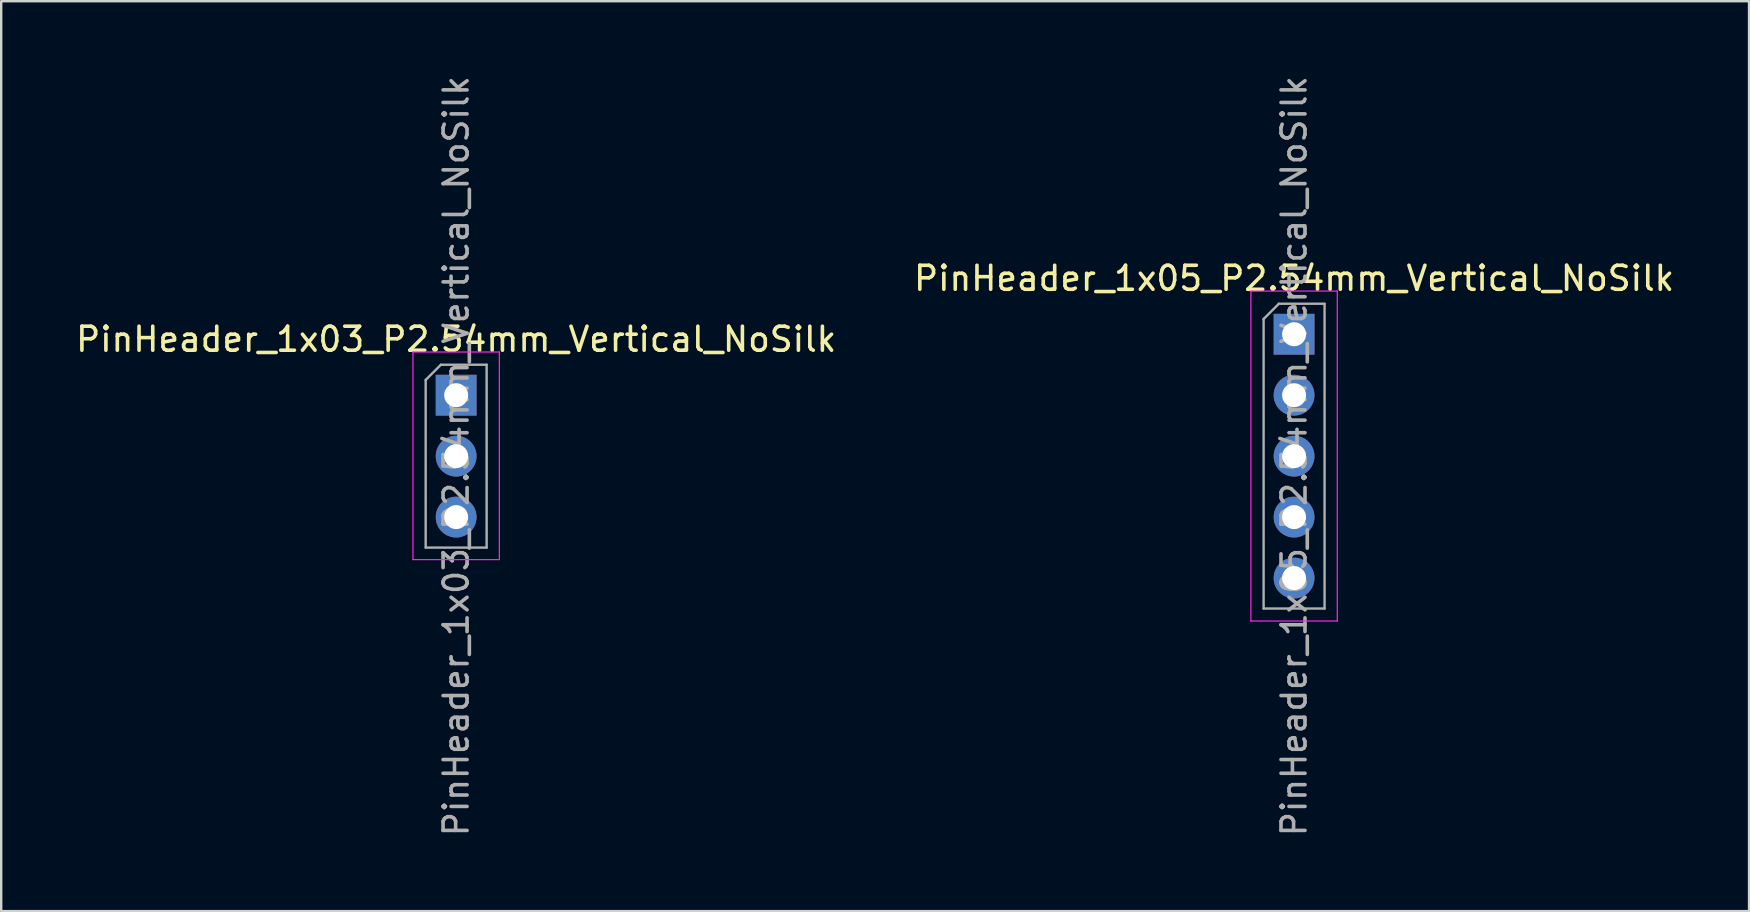
<source format=kicad_pcb>
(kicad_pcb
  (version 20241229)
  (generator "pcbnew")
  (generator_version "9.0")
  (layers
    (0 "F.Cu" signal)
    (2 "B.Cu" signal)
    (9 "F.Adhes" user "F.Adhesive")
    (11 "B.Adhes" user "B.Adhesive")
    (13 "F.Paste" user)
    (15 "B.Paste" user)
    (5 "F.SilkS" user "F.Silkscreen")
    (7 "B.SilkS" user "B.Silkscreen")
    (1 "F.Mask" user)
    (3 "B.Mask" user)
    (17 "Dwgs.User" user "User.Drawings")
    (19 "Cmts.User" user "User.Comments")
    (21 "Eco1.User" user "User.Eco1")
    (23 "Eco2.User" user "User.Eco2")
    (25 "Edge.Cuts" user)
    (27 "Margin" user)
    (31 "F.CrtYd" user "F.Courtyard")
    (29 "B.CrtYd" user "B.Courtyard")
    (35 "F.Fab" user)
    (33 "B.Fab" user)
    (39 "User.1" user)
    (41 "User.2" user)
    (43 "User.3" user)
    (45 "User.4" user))
  (footprint "PinHeader_1x03_P2.54mm_Vertical_NoSilk"
    (layer "F.Cu")
    (at 15.958 13.418)
    (property "Reference" "PinHeader_1x03_P2.54mm_Vertical_NoSilk" (at 0 -2.33 0) (layer "F.SilkS") (effects (font (size 1 1) (thickness 0.15))))
    (attr through_hole)
    (fp_line (start -1.8 -1.8) (end -1.8 6.85) (stroke (width 0.05) (type solid)) (layer "F.CrtYd"))
    (fp_line (start -1.8 6.85) (end 1.8 6.85) (stroke (width 0.05) (type solid)) (layer "F.CrtYd"))
    (fp_line (start 1.8 -1.8) (end -1.8 -1.8) (stroke (width 0.05) (type solid)) (layer "F.CrtYd"))
    (fp_line (start 1.8 6.85) (end 1.8 -1.8) (stroke (width 0.05) (type solid)) (layer "F.CrtYd"))
    (fp_line (start -1.27 -0.635) (end -0.635 -1.27) (stroke (width 0.1) (type solid)) (layer "F.Fab"))
    (fp_line (start -1.27 6.35) (end -1.27 -0.635) (stroke (width 0.1) (type solid)) (layer "F.Fab"))
    (fp_line (start -0.635 -1.27) (end 1.27 -1.27) (stroke (width 0.1) (type solid)) (layer "F.Fab"))
    (fp_line (start 1.27 -1.27) (end 1.27 6.35) (stroke (width 0.1) (type solid)) (layer "F.Fab"))
    (fp_line (start 1.27 6.35) (end -1.27 6.35) (stroke (width 0.1) (type solid)) (layer "F.Fab"))
    (fp_text user "${REFERENCE}" (at 0 2.54 90) (layer "F.Fab") (effects (font (size 1 1) (thickness 0.15))))
    (pad "1" thru_hole rect (at 0 0) (size 1.7 1.7) (drill 1) (layers "*.Cu" "*.Mask"))
    (pad "2" thru_hole oval (at 0 2.54) (size 1.7 1.7) (drill 1) (layers "*.Cu" "*.Mask"))
    (pad "3" thru_hole oval (at 0 5.08) (size 1.7 1.7) (drill 1) (layers "*.Cu" "*.Mask")))
  (footprint "PinHeader_1x05_P2.54mm_Vertical_NoSilk"
    (layer "F.Cu")
    (at 50.875 10.878)
    (property "Reference" "PinHeader_1x05_P2.54mm_Vertical_NoSilk" (at 0 -2.33 0) (layer "F.SilkS") (effects (font (size 1 1) (thickness 0.15))))
    (attr through_hole)
    (fp_line (start -1.8 -1.8) (end -1.8 11.95) (stroke (width 0.05) (type solid)) (layer "F.CrtYd"))
    (fp_line (start -1.8 11.95) (end 1.8 11.95) (stroke (width 0.05) (type solid)) (layer "F.CrtYd"))
    (fp_line (start 1.8 -1.8) (end -1.8 -1.8) (stroke (width 0.05) (type solid)) (layer "F.CrtYd"))
    (fp_line (start 1.8 11.95) (end 1.8 -1.8) (stroke (width 0.05) (type solid)) (layer "F.CrtYd"))
    (fp_line (start -1.27 -0.635) (end -0.635 -1.27) (stroke (width 0.1) (type solid)) (layer "F.Fab"))
    (fp_line (start -1.27 11.43) (end -1.27 -0.635) (stroke (width 0.1) (type solid)) (layer "F.Fab"))
    (fp_line (start -0.635 -1.27) (end 1.27 -1.27) (stroke (width 0.1) (type solid)) (layer "F.Fab"))
    (fp_line (start 1.27 -1.27) (end 1.27 11.43) (stroke (width 0.1) (type solid)) (layer "F.Fab"))
    (fp_line (start 1.27 11.43) (end -1.27 11.43) (stroke (width 0.1) (type solid)) (layer "F.Fab"))
    (fp_text user "${REFERENCE}" (at 0 5.08 90) (layer "F.Fab") (effects (font (size 1 1) (thickness 0.15))))
    (pad "1" thru_hole rect (at 0 0) (size 1.7 1.7) (drill 1) (layers "*.Cu" "*.Mask"))
    (pad "2" thru_hole oval (at 0 2.54) (size 1.7 1.7) (drill 1) (layers "*.Cu" "*.Mask"))
    (pad "3" thru_hole oval (at 0 5.08) (size 1.7 1.7) (drill 1) (layers "*.Cu" "*.Mask"))
    (pad "4" thru_hole oval (at 0 7.62) (size 1.7 1.7) (drill 1) (layers "*.Cu" "*.Mask"))
    (pad "5" thru_hole oval (at 0 10.16) (size 1.7 1.7) (drill 1) (layers "*.Cu" "*.Mask")))
  (gr_rect
    (start -3 -3)
    (end 69.833 34.917)
    (stroke (width 0.1) (type default))
    (fill no)
    (layer "Edge.Cuts")))
</source>
